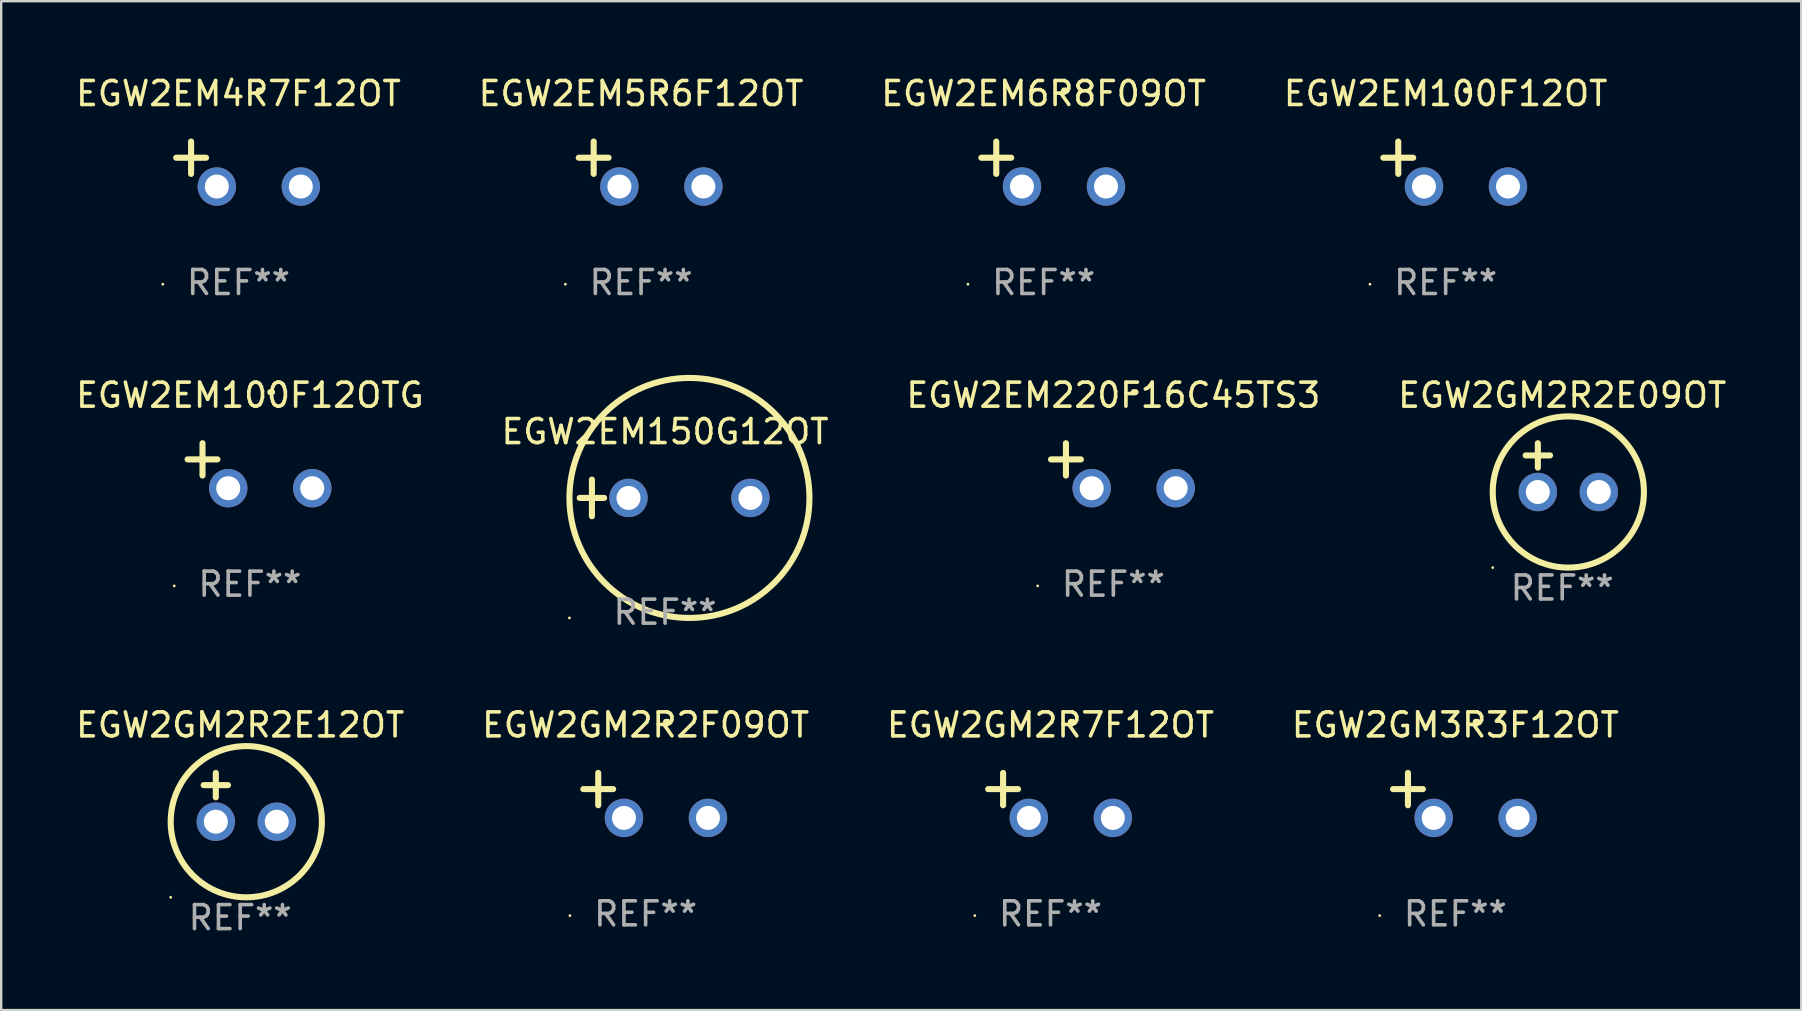
<source format=kicad_pcb>
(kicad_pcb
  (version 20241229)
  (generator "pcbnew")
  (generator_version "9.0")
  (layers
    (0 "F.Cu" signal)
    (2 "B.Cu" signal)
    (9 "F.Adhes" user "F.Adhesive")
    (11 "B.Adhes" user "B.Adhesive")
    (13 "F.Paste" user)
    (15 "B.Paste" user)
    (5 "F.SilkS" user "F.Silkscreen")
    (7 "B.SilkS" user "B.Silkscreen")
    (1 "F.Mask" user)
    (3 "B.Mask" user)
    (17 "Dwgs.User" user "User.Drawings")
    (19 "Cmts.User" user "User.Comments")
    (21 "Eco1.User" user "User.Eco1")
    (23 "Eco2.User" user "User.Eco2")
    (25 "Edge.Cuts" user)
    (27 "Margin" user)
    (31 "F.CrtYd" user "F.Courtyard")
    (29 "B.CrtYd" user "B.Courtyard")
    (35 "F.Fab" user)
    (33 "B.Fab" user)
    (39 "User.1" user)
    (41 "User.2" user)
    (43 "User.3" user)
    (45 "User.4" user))
  (footprint "EGW2EM100F12OT"
    (layer "F.Cu")
    (at 57.185 3.785)
    (property "Reference" "EGW2EM100F12OT" (at 0 -2.937 0) (layer "F.SilkS") (effects (font (size 1 1) (thickness 0.15))))
    (attr through_hole)
    (fp_line (start -1.975 0.41) (end -1.975 -0.937) (stroke (width 0.254) (type solid)) (layer "F.SilkS"))
    (fp_line (start -1.353 -0.263) (end -2.597 -0.263) (stroke (width 0.254) (type solid)) (layer "F.SilkS"))
    (fp_arc (start 0.849809 -3.063957) (mid 0.885369 -3.064114) (end 0.920929 -3.063957) (stroke (width 0.254001) (type solid)) (layer "F.SilkS"))
    (fp_circle (center -3.154 5.008) (end -3.124 5.008) (stroke (width 0.06) (type solid)) (fill no) (layer "F.SilkS"))
    (fp_text user "REF**" (at 0 4.937 0) (layer "F.Fab") (effects (font (size 1 1) (thickness 0.15))))
    (pad "1" thru_hole circle (at -0.903 0.937) (size 1.6 1.6) (drill 1) (layers "*.Cu" "*.Mask"))
    (pad "2" thru_hole circle (at 2.597 0.937) (size 1.6 1.6) (drill 1) (layers "*.Cu" "*.Mask")))
  (footprint "EGW2EM100F12OTG"
    (layer "F.Cu")
    (at 7.363 16.354)
    (property "Reference" "EGW2EM100F12OTG" (at 0 -2.937 0) (layer "F.SilkS") (effects (font (size 1 1) (thickness 0.15))))
    (attr through_hole)
    (fp_line (start -1.975 0.41) (end -1.975 -0.937) (stroke (width 0.254) (type solid)) (layer "F.SilkS"))
    (fp_line (start -1.353 -0.263) (end -2.597 -0.263) (stroke (width 0.254) (type solid)) (layer "F.SilkS"))
    (fp_arc (start 0.849809 -3.063957) (mid 0.885369 -3.064114) (end 0.920929 -3.063957) (stroke (width 0.254001) (type solid)) (layer "F.SilkS"))
    (fp_circle (center -3.154 5.008) (end -3.124 5.008) (stroke (width 0.06) (type solid)) (fill no) (layer "F.SilkS"))
    (fp_text user "REF**" (at 0 4.937 0) (layer "F.Fab") (effects (font (size 1 1) (thickness 0.15))))
    (pad "1" thru_hole circle (at -0.903 0.937) (size 1.6 1.6) (drill 1) (layers "*.Cu" "*.Mask"))
    (pad "2" thru_hole circle (at 2.597 0.937) (size 1.6 1.6) (drill 1) (layers "*.Cu" "*.Mask")))
  (footprint "EGW2EM220F16C45TS3"
    (layer "F.Cu")
    (at 43.339 16.354)
    (property "Reference" "EGW2EM220F16C45TS3" (at 0 -2.937 0) (layer "F.SilkS") (effects (font (size 1 1) (thickness 0.15))))
    (attr through_hole)
    (fp_line (start -1.975 0.41) (end -1.975 -0.937) (stroke (width 0.254) (type solid)) (layer "F.SilkS"))
    (fp_line (start -1.353 -0.263) (end -2.597 -0.263) (stroke (width 0.254) (type solid)) (layer "F.SilkS"))
    (fp_arc (start 0.849809 -3.063957) (mid 0.885369 -3.064114) (end 0.920929 -3.063957) (stroke (width 0.254001) (type solid)) (layer "F.SilkS"))
    (fp_circle (center -3.154 5.008) (end -3.124 5.008) (stroke (width 0.06) (type solid)) (fill no) (layer "F.SilkS"))
    (fp_text user "REF**" (at 0 4.937 0) (layer "F.Fab") (effects (font (size 1 1) (thickness 0.15))))
    (pad "1" thru_hole circle (at -0.903 0.937) (size 1.6 1.6) (drill 1) (layers "*.Cu" "*.Mask"))
    (pad "2" thru_hole circle (at 2.597 0.937) (size 1.6 1.6) (drill 1) (layers "*.Cu" "*.Mask")))
  (footprint "EGW2EM5R6F12OT"
    (layer "F.Cu")
    (at 23.661 3.785)
    (property "Reference" "EGW2EM5R6F12OT" (at 0 -2.937 0) (layer "F.SilkS") (effects (font (size 1 1) (thickness 0.15))))
    (attr through_hole)
    (fp_line (start -1.975 0.41) (end -1.975 -0.937) (stroke (width 0.254) (type solid)) (layer "F.SilkS"))
    (fp_line (start -1.353 -0.263) (end -2.597 -0.263) (stroke (width 0.254) (type solid)) (layer "F.SilkS"))
    (fp_arc (start 0.849809 -3.063957) (mid 0.885369 -3.064114) (end 0.920929 -3.063957) (stroke (width 0.254001) (type solid)) (layer "F.SilkS"))
    (fp_circle (center -3.154 5.008) (end -3.124 5.008) (stroke (width 0.06) (type solid)) (fill no) (layer "F.SilkS"))
    (fp_text user "REF**" (at 0 4.937 0) (layer "F.Fab") (effects (font (size 1 1) (thickness 0.15))))
    (pad "1" thru_hole circle (at -0.903 0.937) (size 1.6 1.6) (drill 1) (layers "*.Cu" "*.Mask"))
    (pad "2" thru_hole circle (at 2.597 0.937) (size 1.6 1.6) (drill 1) (layers "*.Cu" "*.Mask")))
  (footprint "EGW2GM2R2E12OT"
    (layer "F.Cu")
    (at 6.958 30.171)
    (property "Reference" "EGW2GM2R2E12OT" (at 0 -3.016 0) (layer "F.SilkS") (effects (font (size 1 1) (thickness 0.15))))
    (attr through_hole)
    (fp_line (start -1.524 -0.508) (end -0.508 -0.508) (stroke (width 0.254) (type solid)) (layer "F.SilkS"))
    (fp_line (start -1.016 -1.016) (end -1.016 0) (stroke (width 0.254) (type solid)) (layer "F.SilkS"))
    (fp_circle (center -2.896 4.166) (end -2.866 4.166) (stroke (width 0.06) (type solid)) (fill no) (layer "F.SilkS"))
    (fp_circle (center 0.254 1.016) (end 3.404 1.016) (stroke (width 0.254) (type solid)) (fill no) (layer "F.SilkS"))
    (fp_text user "REF**" (at 0 5.016 0) (layer "F.Fab") (effects (font (size 1 1) (thickness 0.15))))
    (pad "1" thru_hole circle (at -1.016 1.016) (size 1.6 1.6) (drill 1) (layers "*.Cu" "*.Mask"))
    (pad "2" thru_hole circle (at 1.524 1.016) (size 1.6 1.6) (drill 1) (layers "*.Cu" "*.Mask")))
  (footprint "EGW2EM6R8F09OT"
    (layer "F.Cu")
    (at 40.435 3.785)
    (property "Reference" "EGW2EM6R8F09OT" (at 0 -2.937 0) (layer "F.SilkS") (effects (font (size 1 1) (thickness 0.15))))
    (attr through_hole)
    (fp_line (start -1.975 0.41) (end -1.975 -0.937) (stroke (width 0.254) (type solid)) (layer "F.SilkS"))
    (fp_line (start -1.353 -0.263) (end -2.597 -0.263) (stroke (width 0.254) (type solid)) (layer "F.SilkS"))
    (fp_arc (start 0.849809 -3.063957) (mid 0.885369 -3.064114) (end 0.920929 -3.063957) (stroke (width 0.254001) (type solid)) (layer "F.SilkS"))
    (fp_circle (center -3.154 5.008) (end -3.124 5.008) (stroke (width 0.06) (type solid)) (fill no) (layer "F.SilkS"))
    (fp_text user "REF**" (at 0 4.937 0) (layer "F.Fab") (effects (font (size 1 1) (thickness 0.15))))
    (pad "1" thru_hole circle (at -0.903 0.937) (size 1.6 1.6) (drill 1) (layers "*.Cu" "*.Mask"))
    (pad "2" thru_hole circle (at 2.597 0.937) (size 1.6 1.6) (drill 1) (layers "*.Cu" "*.Mask")))
  (footprint "EGW2GM2R7F12OT"
    (layer "F.Cu")
    (at 40.72 30.092)
    (property "Reference" "EGW2GM2R7F12OT" (at 0 -2.937 0) (layer "F.SilkS") (effects (font (size 1 1) (thickness 0.15))))
    (attr through_hole)
    (fp_line (start -1.975 0.41) (end -1.975 -0.937) (stroke (width 0.254) (type solid)) (layer "F.SilkS"))
    (fp_line (start -1.353 -0.263) (end -2.597 -0.263) (stroke (width 0.254) (type solid)) (layer "F.SilkS"))
    (fp_arc (start 0.849809 -3.063957) (mid 0.885369 -3.064114) (end 0.920929 -3.063957) (stroke (width 0.254001) (type solid)) (layer "F.SilkS"))
    (fp_circle (center -3.154 5.008) (end -3.124 5.008) (stroke (width 0.06) (type solid)) (fill no) (layer "F.SilkS"))
    (fp_text user "REF**" (at 0 4.937 0) (layer "F.Fab") (effects (font (size 1 1) (thickness 0.15))))
    (pad "1" thru_hole circle (at -0.903 0.937) (size 1.6 1.6) (drill 1) (layers "*.Cu" "*.Mask"))
    (pad "2" thru_hole circle (at 2.597 0.937) (size 1.6 1.6) (drill 1) (layers "*.Cu" "*.Mask")))
  (footprint "EGW2EM150G12OT"
    (layer "F.Cu")
    (at 24.661 17.697)
    (property "Reference" "EGW2EM150G12OT" (at 0 -2.762 0) (layer "F.SilkS") (effects (font (size 1 1) (thickness 0.15))))
    (attr through_hole)
    (fp_line (start -3.556 0) (end -2.54 0) (stroke (width 0.254) (type solid)) (layer "F.SilkS"))
    (fp_line (start -3.048 -0.762) (end -3.048 0.762) (stroke (width 0.254) (type solid)) (layer "F.SilkS"))
    (fp_circle (center -3.984 5) (end -3.954 5) (stroke (width 0.06) (type solid)) (fill no) (layer "F.SilkS"))
    (fp_circle (center 1.016 0) (end 6.016 0) (stroke (width 0.254) (type solid)) (fill no) (layer "F.SilkS"))
    (fp_text user "REF**" (at 0 4.762 0) (layer "F.Fab") (effects (font (size 1 1) (thickness 0.15))))
    (pad "1" thru_hole circle (at -1.524 0) (size 1.6 1.6) (drill 1) (layers "*.Cu" "*.Mask"))
    (pad "2" thru_hole circle (at 3.556 0) (size 1.6 1.6) (drill 1) (layers "*.Cu" "*.Mask")))
  (footprint "EGW2GM3R3F12OT"
    (layer "F.Cu")
    (at 57.589 30.092)
    (property "Reference" "EGW2GM3R3F12OT" (at 0 -2.937 0) (layer "F.SilkS") (effects (font (size 1 1) (thickness 0.15))))
    (attr through_hole)
    (fp_line (start -1.975 0.41) (end -1.975 -0.937) (stroke (width 0.254) (type solid)) (layer "F.SilkS"))
    (fp_line (start -1.353 -0.263) (end -2.597 -0.263) (stroke (width 0.254) (type solid)) (layer "F.SilkS"))
    (fp_arc (start 0.849809 -3.063957) (mid 0.885369 -3.064114) (end 0.920929 -3.063957) (stroke (width 0.254001) (type solid)) (layer "F.SilkS"))
    (fp_circle (center -3.154 5.008) (end -3.124 5.008) (stroke (width 0.06) (type solid)) (fill no) (layer "F.SilkS"))
    (fp_text user "REF**" (at 0 4.937 0) (layer "F.Fab") (effects (font (size 1 1) (thickness 0.15))))
    (pad "1" thru_hole circle (at -0.903 0.937) (size 1.6 1.6) (drill 1) (layers "*.Cu" "*.Mask"))
    (pad "2" thru_hole circle (at 2.597 0.937) (size 1.6 1.6) (drill 1) (layers "*.Cu" "*.Mask")))
  (footprint "EGW2GM2R2F09OT"
    (layer "F.Cu")
    (at 23.851 30.092)
    (property "Reference" "EGW2GM2R2F09OT" (at 0 -2.937 0) (layer "F.SilkS") (effects (font (size 1 1) (thickness 0.15))))
    (attr through_hole)
    (fp_line (start -1.975 0.41) (end -1.975 -0.937) (stroke (width 0.254) (type solid)) (layer "F.SilkS"))
    (fp_line (start -1.353 -0.263) (end -2.597 -0.263) (stroke (width 0.254) (type solid)) (layer "F.SilkS"))
    (fp_arc (start 0.849809 -3.063957) (mid 0.885369 -3.064114) (end 0.920929 -3.063957) (stroke (width 0.254001) (type solid)) (layer "F.SilkS"))
    (fp_circle (center -3.154 5.008) (end -3.124 5.008) (stroke (width 0.06) (type solid)) (fill no) (layer "F.SilkS"))
    (fp_text user "REF**" (at 0 4.937 0) (layer "F.Fab") (effects (font (size 1 1) (thickness 0.15))))
    (pad "1" thru_hole circle (at -0.903 0.937) (size 1.6 1.6) (drill 1) (layers "*.Cu" "*.Mask"))
    (pad "2" thru_hole circle (at 2.597 0.937) (size 1.6 1.6) (drill 1) (layers "*.Cu" "*.Mask")))
  (footprint "EGW2EM4R7F12OT"
    (layer "F.Cu")
    (at 6.887 3.785)
    (property "Reference" "EGW2EM4R7F12OT" (at 0 -2.937 0) (layer "F.SilkS") (effects (font (size 1 1) (thickness 0.15))))
    (attr through_hole)
    (fp_line (start -1.975 0.41) (end -1.975 -0.937) (stroke (width 0.254) (type solid)) (layer "F.SilkS"))
    (fp_line (start -1.353 -0.263) (end -2.597 -0.263) (stroke (width 0.254) (type solid)) (layer "F.SilkS"))
    (fp_arc (start 0.849809 -3.063957) (mid 0.885369 -3.064114) (end 0.920929 -3.063957) (stroke (width 0.254001) (type solid)) (layer "F.SilkS"))
    (fp_circle (center -3.154 5.008) (end -3.124 5.008) (stroke (width 0.06) (type solid)) (fill no) (layer "F.SilkS"))
    (fp_text user "REF**" (at 0 4.937 0) (layer "F.Fab") (effects (font (size 1 1) (thickness 0.15))))
    (pad "1" thru_hole circle (at -0.903 0.937) (size 1.6 1.6) (drill 1) (layers "*.Cu" "*.Mask"))
    (pad "2" thru_hole circle (at 2.597 0.937) (size 1.6 1.6) (drill 1) (layers "*.Cu" "*.Mask")))
  (footprint "EGW2GM2R2E09OT"
    (layer "F.Cu")
    (at 62.042 16.434)
    (property "Reference" "EGW2GM2R2E09OT" (at 0 -3.016 0) (layer "F.SilkS") (effects (font (size 1 1) (thickness 0.15))))
    (attr through_hole)
    (fp_line (start -1.524 -0.508) (end -0.508 -0.508) (stroke (width 0.254) (type solid)) (layer "F.SilkS"))
    (fp_line (start -1.016 -1.016) (end -1.016 0) (stroke (width 0.254) (type solid)) (layer "F.SilkS"))
    (fp_circle (center -2.896 4.166) (end -2.866 4.166) (stroke (width 0.06) (type solid)) (fill no) (layer "F.SilkS"))
    (fp_circle (center 0.254 1.016) (end 3.404 1.016) (stroke (width 0.254) (type solid)) (fill no) (layer "F.SilkS"))
    (fp_text user "REF**" (at 0 5.016 0) (layer "F.Fab") (effects (font (size 1 1) (thickness 0.15))))
    (pad "1" thru_hole circle (at -1.016 1.016) (size 1.6 1.6) (drill 1) (layers "*.Cu" "*.Mask"))
    (pad "2" thru_hole circle (at 1.524 1.016) (size 1.6 1.6) (drill 1) (layers "*.Cu" "*.Mask")))
  (gr_rect
    (start -3 -3)
    (end 72 39.035)
    (stroke (width 0.1) (type default))
    (fill no)
    (layer "Edge.Cuts")))
</source>
